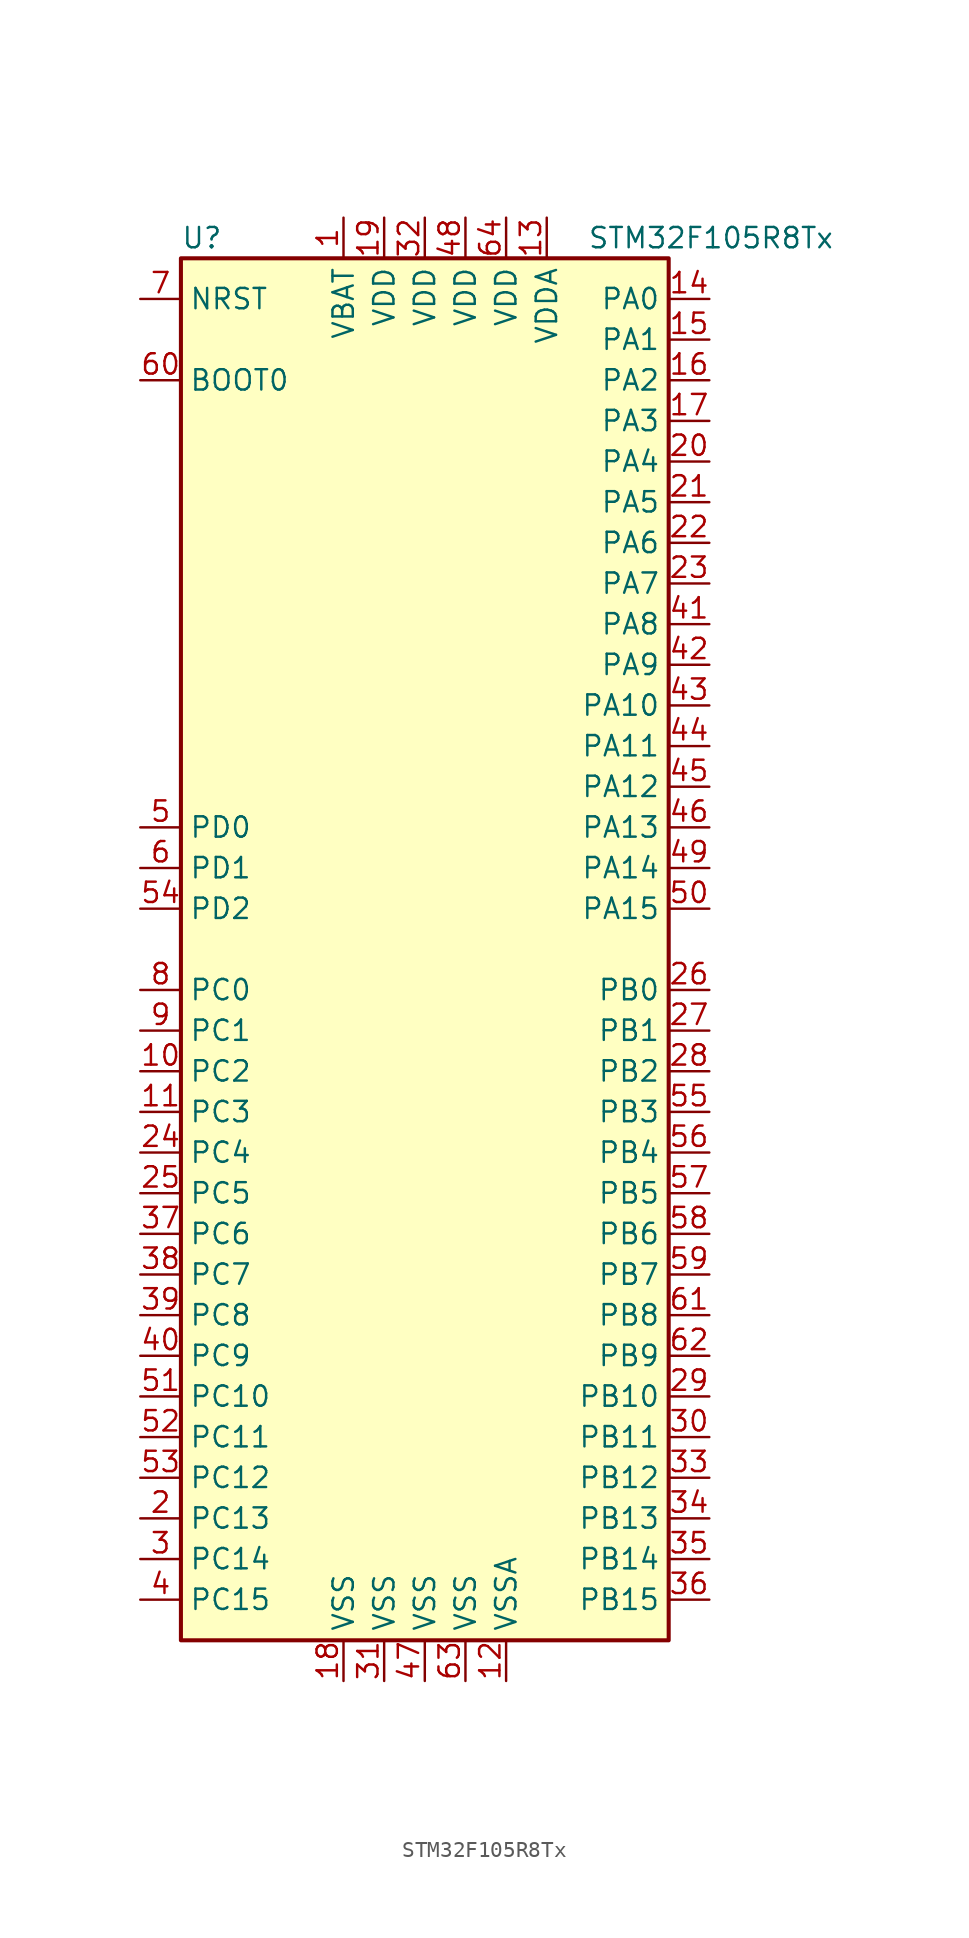
<source format=kicad_sym>
(kicad_symbol_lib
  (version 20201005)
  (generator kicad_symbol_editor)
  (symbol "STM32F105R8Tx"
    (property "Reference" "U"
      (at -15.24 44.45 0)
      (effects (font (size 1.27 1.27)) (justify left)))
    (property "Value" "STM32F105R8Tx"
      (at 10.16 44.45 0)
      (effects (font (size 1.27 1.27)) (justify left)))
    (symbol "STM32F105R8Tx_0_1"
      (rectangle (start -15.24 -43.18) (end 15.24 43.18) (stroke (width 0.254)) (fill (type background))))
    (symbol "STM32F105R8Tx_1_1"
      (pin power_in line (at -5.08 45.72 270) (length 2.54) (name "VBAT" (effects (font (size 1.27 1.27)))) (number "1" (effects (font (size 1.27 1.27)))))
      (pin bidirectional line (at -17.78 -7.62 0) (length 2.54) (name "PC2" (effects (font (size 1.27 1.27)))) (number "10" (effects (font (size 1.27 1.27)))))
      (pin bidirectional line (at -17.78 -10.16 0) (length 2.54) (name "PC3" (effects (font (size 1.27 1.27)))) (number "11" (effects (font (size 1.27 1.27)))))
      (pin power_in line (at 5.08 -45.72 90) (length 2.54) (name "VSSA" (effects (font (size 1.27 1.27)))) (number "12" (effects (font (size 1.27 1.27)))))
      (pin power_in line (at 7.62 45.72 270) (length 2.54) (name "VDDA" (effects (font (size 1.27 1.27)))) (number "13" (effects (font (size 1.27 1.27)))))
      (pin bidirectional line (at 17.78 40.64 180) (length 2.54) (name "PA0" (effects (font (size 1.27 1.27)))) (number "14" (effects (font (size 1.27 1.27)))))
      (pin bidirectional line (at 17.78 38.1 180) (length 2.54) (name "PA1" (effects (font (size 1.27 1.27)))) (number "15" (effects (font (size 1.27 1.27)))))
      (pin bidirectional line (at 17.78 35.56 180) (length 2.54) (name "PA2" (effects (font (size 1.27 1.27)))) (number "16" (effects (font (size 1.27 1.27)))))
      (pin bidirectional line (at 17.78 33.02 180) (length 2.54) (name "PA3" (effects (font (size 1.27 1.27)))) (number "17" (effects (font (size 1.27 1.27)))))
      (pin power_in line (at -5.08 -45.72 90) (length 2.54) (name "VSS" (effects (font (size 1.27 1.27)))) (number "18" (effects (font (size 1.27 1.27)))))
      (pin power_in line (at -2.54 45.72 270) (length 2.54) (name "VDD" (effects (font (size 1.27 1.27)))) (number "19" (effects (font (size 1.27 1.27)))))
      (pin bidirectional line (at -17.78 -35.56 0) (length 2.54) (name "PC13" (effects (font (size 1.27 1.27)))) (number "2" (effects (font (size 1.27 1.27)))))
      (pin bidirectional line (at 17.78 30.48 180) (length 2.54) (name "PA4" (effects (font (size 1.27 1.27)))) (number "20" (effects (font (size 1.27 1.27)))))
      (pin bidirectional line (at 17.78 27.94 180) (length 2.54) (name "PA5" (effects (font (size 1.27 1.27)))) (number "21" (effects (font (size 1.27 1.27)))))
      (pin bidirectional line (at 17.78 25.4 180) (length 2.54) (name "PA6" (effects (font (size 1.27 1.27)))) (number "22" (effects (font (size 1.27 1.27)))))
      (pin bidirectional line (at 17.78 22.86 180) (length 2.54) (name "PA7" (effects (font (size 1.27 1.27)))) (number "23" (effects (font (size 1.27 1.27)))))
      (pin bidirectional line (at -17.78 -12.7 0) (length 2.54) (name "PC4" (effects (font (size 1.27 1.27)))) (number "24" (effects (font (size 1.27 1.27)))))
      (pin bidirectional line (at -17.78 -15.24 0) (length 2.54) (name "PC5" (effects (font (size 1.27 1.27)))) (number "25" (effects (font (size 1.27 1.27)))))
      (pin bidirectional line (at 17.78 -2.54 180) (length 2.54) (name "PB0" (effects (font (size 1.27 1.27)))) (number "26" (effects (font (size 1.27 1.27)))))
      (pin bidirectional line (at 17.78 -5.08 180) (length 2.54) (name "PB1" (effects (font (size 1.27 1.27)))) (number "27" (effects (font (size 1.27 1.27)))))
      (pin bidirectional line (at 17.78 -7.62 180) (length 2.54) (name "PB2" (effects (font (size 1.27 1.27)))) (number "28" (effects (font (size 1.27 1.27)))))
      (pin bidirectional line (at 17.78 -27.94 180) (length 2.54) (name "PB10" (effects (font (size 1.27 1.27)))) (number "29" (effects (font (size 1.27 1.27)))))
      (pin bidirectional line (at -17.78 -38.1 0) (length 2.54) (name "PC14" (effects (font (size 1.27 1.27)))) (number "3" (effects (font (size 1.27 1.27)))))
      (pin bidirectional line (at 17.78 -30.48 180) (length 2.54) (name "PB11" (effects (font (size 1.27 1.27)))) (number "30" (effects (font (size 1.27 1.27)))))
      (pin power_in line (at -2.54 -45.72 90) (length 2.54) (name "VSS" (effects (font (size 1.27 1.27)))) (number "31" (effects (font (size 1.27 1.27)))))
      (pin power_in line (at 0 45.72 270) (length 2.54) (name "VDD" (effects (font (size 1.27 1.27)))) (number "32" (effects (font (size 1.27 1.27)))))
      (pin bidirectional line (at 17.78 -33.02 180) (length 2.54) (name "PB12" (effects (font (size 1.27 1.27)))) (number "33" (effects (font (size 1.27 1.27)))))
      (pin bidirectional line (at 17.78 -35.56 180) (length 2.54) (name "PB13" (effects (font (size 1.27 1.27)))) (number "34" (effects (font (size 1.27 1.27)))))
      (pin bidirectional line (at 17.78 -38.1 180) (length 2.54) (name "PB14" (effects (font (size 1.27 1.27)))) (number "35" (effects (font (size 1.27 1.27)))))
      (pin bidirectional line (at 17.78 -40.64 180) (length 2.54) (name "PB15" (effects (font (size 1.27 1.27)))) (number "36" (effects (font (size 1.27 1.27)))))
      (pin bidirectional line (at -17.78 -17.78 0) (length 2.54) (name "PC6" (effects (font (size 1.27 1.27)))) (number "37" (effects (font (size 1.27 1.27)))))
      (pin bidirectional line (at -17.78 -20.32 0) (length 2.54) (name "PC7" (effects (font (size 1.27 1.27)))) (number "38" (effects (font (size 1.27 1.27)))))
      (pin bidirectional line (at -17.78 -22.86 0) (length 2.54) (name "PC8" (effects (font (size 1.27 1.27)))) (number "39" (effects (font (size 1.27 1.27)))))
      (pin bidirectional line (at -17.78 -40.64 0) (length 2.54) (name "PC15" (effects (font (size 1.27 1.27)))) (number "4" (effects (font (size 1.27 1.27)))))
      (pin bidirectional line (at -17.78 -25.4 0) (length 2.54) (name "PC9" (effects (font (size 1.27 1.27)))) (number "40" (effects (font (size 1.27 1.27)))))
      (pin bidirectional line (at 17.78 20.32 180) (length 2.54) (name "PA8" (effects (font (size 1.27 1.27)))) (number "41" (effects (font (size 1.27 1.27)))))
      (pin bidirectional line (at 17.78 17.78 180) (length 2.54) (name "PA9" (effects (font (size 1.27 1.27)))) (number "42" (effects (font (size 1.27 1.27)))))
      (pin bidirectional line (at 17.78 15.24 180) (length 2.54) (name "PA10" (effects (font (size 1.27 1.27)))) (number "43" (effects (font (size 1.27 1.27)))))
      (pin bidirectional line (at 17.78 12.7 180) (length 2.54) (name "PA11" (effects (font (size 1.27 1.27)))) (number "44" (effects (font (size 1.27 1.27)))))
      (pin bidirectional line (at 17.78 10.16 180) (length 2.54) (name "PA12" (effects (font (size 1.27 1.27)))) (number "45" (effects (font (size 1.27 1.27)))))
      (pin bidirectional line (at 17.78 7.62 180) (length 2.54) (name "PA13" (effects (font (size 1.27 1.27)))) (number "46" (effects (font (size 1.27 1.27)))))
      (pin power_in line (at 0 -45.72 90) (length 2.54) (name "VSS" (effects (font (size 1.27 1.27)))) (number "47" (effects (font (size 1.27 1.27)))))
      (pin power_in line (at 2.54 45.72 270) (length 2.54) (name "VDD" (effects (font (size 1.27 1.27)))) (number "48" (effects (font (size 1.27 1.27)))))
      (pin bidirectional line (at 17.78 5.08 180) (length 2.54) (name "PA14" (effects (font (size 1.27 1.27)))) (number "49" (effects (font (size 1.27 1.27)))))
      (pin input line (at -17.78 7.62 0) (length 2.54) (name "PD0" (effects (font (size 1.27 1.27)))) (number "5" (effects (font (size 1.27 1.27)))))
      (pin bidirectional line (at 17.78 2.54 180) (length 2.54) (name "PA15" (effects (font (size 1.27 1.27)))) (number "50" (effects (font (size 1.27 1.27)))))
      (pin bidirectional line (at -17.78 -27.94 0) (length 2.54) (name "PC10" (effects (font (size 1.27 1.27)))) (number "51" (effects (font (size 1.27 1.27)))))
      (pin bidirectional line (at -17.78 -30.48 0) (length 2.54) (name "PC11" (effects (font (size 1.27 1.27)))) (number "52" (effects (font (size 1.27 1.27)))))
      (pin bidirectional line (at -17.78 -33.02 0) (length 2.54) (name "PC12" (effects (font (size 1.27 1.27)))) (number "53" (effects (font (size 1.27 1.27)))))
      (pin bidirectional line (at -17.78 2.54 0) (length 2.54) (name "PD2" (effects (font (size 1.27 1.27)))) (number "54" (effects (font (size 1.27 1.27)))))
      (pin bidirectional line (at 17.78 -10.16 180) (length 2.54) (name "PB3" (effects (font (size 1.27 1.27)))) (number "55" (effects (font (size 1.27 1.27)))))
      (pin bidirectional line (at 17.78 -12.7 180) (length 2.54) (name "PB4" (effects (font (size 1.27 1.27)))) (number "56" (effects (font (size 1.27 1.27)))))
      (pin bidirectional line (at 17.78 -15.24 180) (length 2.54) (name "PB5" (effects (font (size 1.27 1.27)))) (number "57" (effects (font (size 1.27 1.27)))))
      (pin bidirectional line (at 17.78 -17.78 180) (length 2.54) (name "PB6" (effects (font (size 1.27 1.27)))) (number "58" (effects (font (size 1.27 1.27)))))
      (pin bidirectional line (at 17.78 -20.32 180) (length 2.54) (name "PB7" (effects (font (size 1.27 1.27)))) (number "59" (effects (font (size 1.27 1.27)))))
      (pin input line (at -17.78 5.08 0) (length 2.54) (name "PD1" (effects (font (size 1.27 1.27)))) (number "6" (effects (font (size 1.27 1.27)))))
      (pin input line (at -17.78 35.56 0) (length 2.54) (name "BOOT0" (effects (font (size 1.27 1.27)))) (number "60" (effects (font (size 1.27 1.27)))))
      (pin bidirectional line (at 17.78 -22.86 180) (length 2.54) (name "PB8" (effects (font (size 1.27 1.27)))) (number "61" (effects (font (size 1.27 1.27)))))
      (pin bidirectional line (at 17.78 -25.4 180) (length 2.54) (name "PB9" (effects (font (size 1.27 1.27)))) (number "62" (effects (font (size 1.27 1.27)))))
      (pin power_in line (at 2.54 -45.72 90) (length 2.54) (name "VSS" (effects (font (size 1.27 1.27)))) (number "63" (effects (font (size 1.27 1.27)))))
      (pin power_in line (at 5.08 45.72 270) (length 2.54) (name "VDD" (effects (font (size 1.27 1.27)))) (number "64" (effects (font (size 1.27 1.27)))))
      (pin input line (at -17.78 40.64 0) (length 2.54) (name "NRST" (effects (font (size 1.27 1.27)))) (number "7" (effects (font (size 1.27 1.27)))))
      (pin bidirectional line (at -17.78 -2.54 0) (length 2.54) (name "PC0" (effects (font (size 1.27 1.27)))) (number "8" (effects (font (size 1.27 1.27)))))
      (pin bidirectional line (at -17.78 -5.08 0) (length 2.54) (name "PC1" (effects (font (size 1.27 1.27)))) (number "9" (effects (font (size 1.27 1.27))))))))
</source>
